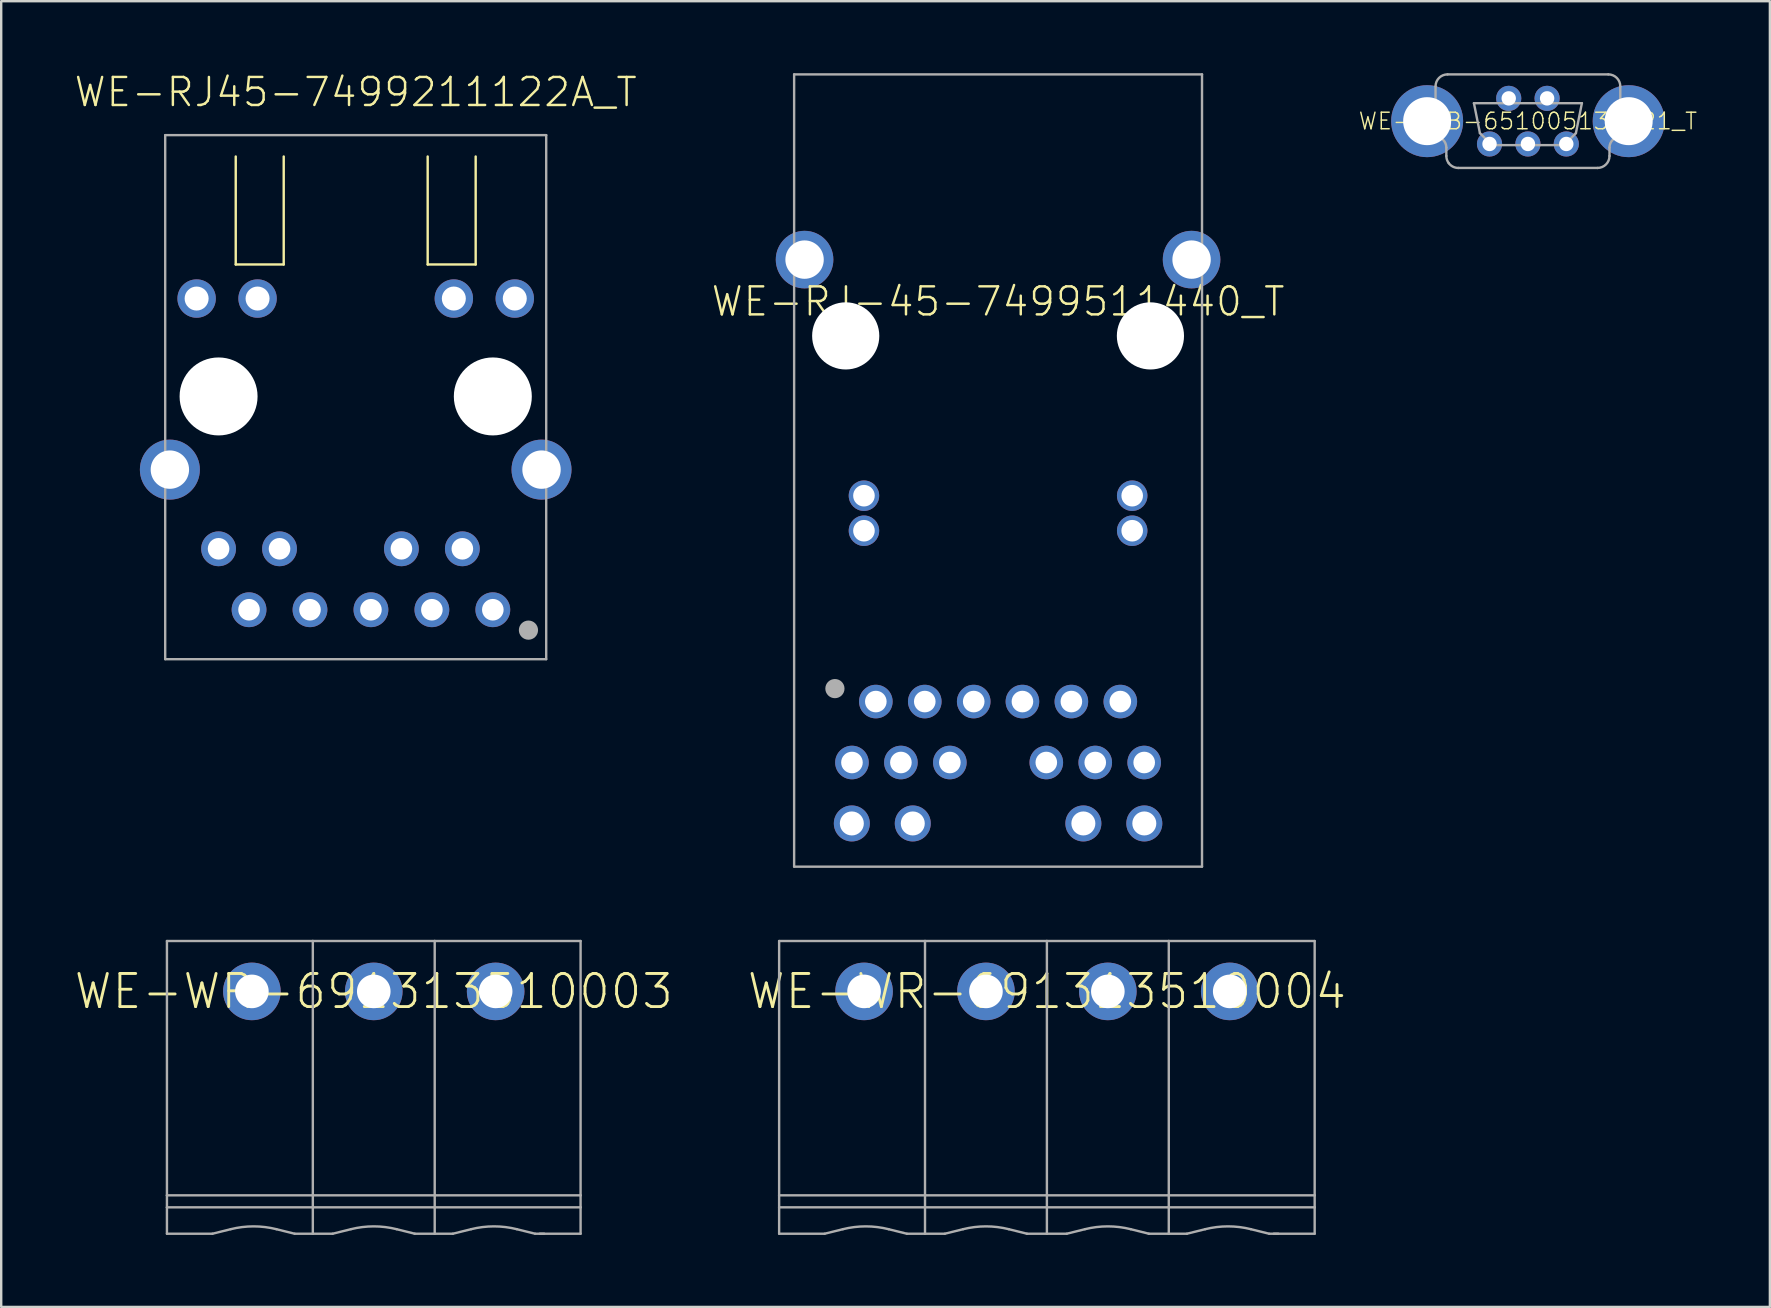
<source format=kicad_pcb>
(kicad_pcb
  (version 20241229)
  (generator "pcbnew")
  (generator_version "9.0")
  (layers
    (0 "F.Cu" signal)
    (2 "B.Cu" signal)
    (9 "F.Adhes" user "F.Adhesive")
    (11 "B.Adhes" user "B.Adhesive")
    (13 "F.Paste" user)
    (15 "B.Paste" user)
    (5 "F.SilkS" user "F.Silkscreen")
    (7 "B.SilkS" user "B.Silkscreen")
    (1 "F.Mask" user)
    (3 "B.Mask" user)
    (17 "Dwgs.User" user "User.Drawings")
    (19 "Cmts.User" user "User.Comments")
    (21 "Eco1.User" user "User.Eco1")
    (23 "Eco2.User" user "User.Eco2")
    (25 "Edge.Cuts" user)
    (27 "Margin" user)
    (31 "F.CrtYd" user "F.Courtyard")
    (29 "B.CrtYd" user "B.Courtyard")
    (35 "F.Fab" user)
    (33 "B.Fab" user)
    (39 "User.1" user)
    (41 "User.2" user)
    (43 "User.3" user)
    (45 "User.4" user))
  (footprint "WE-WR-691313510003"
    (layer "F.Cu")
    (at 12.528 38.27)
    (property "Reference" "WE-WR-691313510003" (at 0 0 0) (unlocked yes) (layer "F.SilkS") (effects (font (size 1.38 1.38) (thickness 0.12))))
    (fp_line (start -8.62 -2.1) (end -8.62 8.5) (stroke (width 0.1) (type solid)) (layer "F.Fab"))
    (fp_line (start -8.62 -2.1) (end -2.54 -2.1) (stroke (width 0.1) (type solid)) (layer "F.Fab"))
    (fp_line (start -8.62 8.5) (end -8.62 9) (stroke (width 0.1) (type solid)) (layer "F.Fab"))
    (fp_line (start -8.62 8.5) (end -2.54 8.5) (stroke (width 0.1) (type solid)) (layer "F.Fab"))
    (fp_line (start -8.62 9) (end -8.62 10.1) (stroke (width 0.1) (type solid)) (layer "F.Fab"))
    (fp_line (start -8.62 9) (end -2.54 9) (stroke (width 0.1) (type solid)) (layer "F.Fab"))
    (fp_line (start -8.62 10.1) (end -6.724 10.1) (stroke (width 0.1) (type solid)) (layer "F.Fab"))
    (fp_line (start -6.724 10.1) (end -5.963 9.911) (stroke (width 0.1) (type solid)) (layer "F.Fab"))
    (fp_line (start -3.296 10.1) (end -4.058 9.911) (stroke (width 0.1) (type solid)) (layer "F.Fab"))
    (fp_line (start -3.296 10.1) (end -2.54 10.1) (stroke (width 0.1) (type solid)) (layer "F.Fab"))
    (fp_line (start -2.54 -2.1) (end 2.54 -2.1) (stroke (width 0.1) (type solid)) (layer "F.Fab"))
    (fp_line (start -2.54 8.5) (end -2.54 -2.1) (stroke (width 0.1) (type solid)) (layer "F.Fab"))
    (fp_line (start -2.54 8.5) (end 2.54 8.5) (stroke (width 0.1) (type solid)) (layer "F.Fab"))
    (fp_line (start -2.54 9) (end -2.54 8.5) (stroke (width 0.1) (type solid)) (layer "F.Fab"))
    (fp_line (start -2.54 9) (end 2.54 9) (stroke (width 0.1) (type solid)) (layer "F.Fab"))
    (fp_line (start -2.54 10.1) (end -2.54 9) (stroke (width 0.1) (type solid)) (layer "F.Fab"))
    (fp_line (start -2.54 10.1) (end -1.714 10.1) (stroke (width 0.1) (type solid)) (layer "F.Fab"))
    (fp_line (start -1.714 10.1) (end -0.953 9.911) (stroke (width 0.1) (type solid)) (layer "F.Fab"))
    (fp_line (start 1.7 10.1) (end 2.54 10.1) (stroke (width 0.1) (type solid)) (layer "F.Fab"))
    (fp_line (start 1.714 10.1) (end 0.953 9.911) (stroke (width 0.1) (type solid)) (layer "F.Fab"))
    (fp_line (start 2.54 -2.1) (end 8.62 -2.1) (stroke (width 0.1) (type solid)) (layer "F.Fab"))
    (fp_line (start 2.54 8.5) (end 2.54 -2.1) (stroke (width 0.1) (type solid)) (layer "F.Fab"))
    (fp_line (start 2.54 8.5) (end 8.62 8.5) (stroke (width 0.1) (type solid)) (layer "F.Fab"))
    (fp_line (start 2.54 9) (end 2.54 8.5) (stroke (width 0.1) (type solid)) (layer "F.Fab"))
    (fp_line (start 2.54 9) (end 8.62 9) (stroke (width 0.1) (type solid)) (layer "F.Fab"))
    (fp_line (start 2.54 10.1) (end 2.54 9) (stroke (width 0.1) (type solid)) (layer "F.Fab"))
    (fp_line (start 3.296 10.1) (end 2.54 10.1) (stroke (width 0.1) (type solid)) (layer "F.Fab"))
    (fp_line (start 3.296 10.1) (end 4.058 9.911) (stroke (width 0.1) (type solid)) (layer "F.Fab"))
    (fp_line (start 6.724 10.1) (end 5.963 9.911) (stroke (width 0.1) (type solid)) (layer "F.Fab"))
    (fp_line (start 6.724 10.1) (end 7.106 10.1) (stroke (width 0.1) (type solid)) (layer "F.Fab"))
    (fp_line (start 6.915 10.1) (end 8.62 10.1) (stroke (width 0.1) (type solid)) (layer "F.Fab"))
    (fp_line (start 8.62 -2.1) (end 8.62 8.5) (stroke (width 0.1) (type solid)) (layer "F.Fab"))
    (fp_line (start 8.62 8.5) (end 8.62 9) (stroke (width 0.1) (type solid)) (layer "F.Fab"))
    (fp_line (start 8.62 9) (end 8.62 10.1) (stroke (width 0.1) (type solid)) (layer "F.Fab"))
    (fp_arc (start -5.9625 9.9105) (mid -5.01 9.793242) (end -4.0575 9.9105) (stroke (width 0.1) (type solid)) (layer "F.Fab"))
    (fp_arc (start -0.9525 9.9105) (mid 0 9.793242) (end 0.9525 9.9105) (stroke (width 0.1) (type solid)) (layer "F.Fab"))
    (fp_arc (start 4.0575 9.9105) (mid 5.01 9.793242) (end 5.9625 9.9105) (stroke (width 0.1) (type solid)) (layer "F.Fab"))
    (pad "1" thru_hole circle (at -5.08 0 90) (size 2.4 2.4) (drill 1.4) (layers "*.Cu" "*.Mask"))
    (pad "2" thru_hole circle (at 0 0 90) (size 2.4 2.4) (drill 1.4) (layers "*.Cu" "*.Mask"))
    (pad "3" thru_hole circle (at 5.08 0 90) (size 2.4 2.4) (drill 1.4) (layers "*.Cu" "*.Mask")))
  (footprint "WE-RJ-45-7499511440_T"
    (layer "F.Cu")
    (at 38.548 10.95)
    (property "Reference" "WE-RJ-45-7499511440_T" (at 0 -0.75 0) (unlocked yes) (layer "F.SilkS") (effects (font (size 1.168 1.168) (thickness 0.102)) (justify bottom)))
    (fp_line (start -8.5 -10.9) (end -8.5 22.12) (stroke (width 0.1) (type solid)) (layer "F.Fab"))
    (fp_line (start -8.5 22.12) (end 8.5 22.12) (stroke (width 0.1) (type solid)) (layer "F.Fab"))
    (fp_line (start 8.5 -10.9) (end -8.5 -10.9) (stroke (width 0.1) (type solid)) (layer "F.Fab"))
    (fp_line (start 8.5 -10.9) (end 8.5 22.12) (stroke (width 0.1) (type solid)) (layer "F.Fab"))
    (fp_circle (center -6.8 14.7) (end -6.6 14.7) (stroke (width 0.4) (type solid)) (fill no) (layer "F.Fab"))
    (pad "" np_thru_hole circle (at -6.35 0) (size 2.8 2.8) (drill 2.8) (layers "*.Cu" "*.Mask"))
    (pad "" np_thru_hole circle (at 6.35 0) (size 2.8 2.8) (drill 2.8) (layers "*.Cu" "*.Mask"))
    (pad "1" thru_hole circle (at -5.095 15.24) (size 1.4 1.4) (drill 0.9) (layers "*.Cu" "*.Mask"))
    (pad "2" thru_hole circle (at -3.055 15.24) (size 1.4 1.4) (drill 0.9) (layers "*.Cu" "*.Mask"))
    (pad "3" thru_hole circle (at -1.015 15.24) (size 1.4 1.4) (drill 0.9) (layers "*.Cu" "*.Mask"))
    (pad "4" thru_hole circle (at 1.015 15.24) (size 1.4 1.4) (drill 0.9) (layers "*.Cu" "*.Mask"))
    (pad "5" thru_hole circle (at 3.055 15.24) (size 1.4 1.4) (drill 0.9) (layers "*.Cu" "*.Mask"))
    (pad "6" thru_hole circle (at 5.095 15.24) (size 1.4 1.4) (drill 0.9) (layers "*.Cu" "*.Mask"))
    (pad "7" thru_hole circle (at -6.09 17.78) (size 1.4 1.4) (drill 0.9) (layers "*.Cu" "*.Mask"))
    (pad "8" thru_hole circle (at -4.05 17.78) (size 1.4 1.4) (drill 0.9) (layers "*.Cu" "*.Mask"))
    (pad "9" thru_hole circle (at -2.01 17.78) (size 1.4 1.4) (drill 0.9) (layers "*.Cu" "*.Mask"))
    (pad "10" thru_hole circle (at 2.01 17.78) (size 1.4 1.4) (drill 0.9) (layers "*.Cu" "*.Mask"))
    (pad "11" thru_hole circle (at 4.05 17.78) (size 1.4 1.4) (drill 0.9) (layers "*.Cu" "*.Mask"))
    (pad "12" thru_hole circle (at 6.09 17.78) (size 1.4 1.4) (drill 0.9) (layers "*.Cu" "*.Mask"))
    (pad "13" thru_hole circle (at -5.59 8.12) (size 1.27 1.27) (drill 0.9) (layers "*.Cu" "*.Mask"))
    (pad "14" thru_hole circle (at 5.59 8.12) (size 1.27 1.27) (drill 0.9) (layers "*.Cu" "*.Mask"))
    (pad "15" thru_hole circle (at -5.59 6.66) (size 1.27 1.27) (drill 0.9) (layers "*.Cu" "*.Mask"))
    (pad "16" thru_hole circle (at 5.59 6.66) (size 1.27 1.27) (drill 0.9) (layers "*.Cu" "*.Mask"))
    (pad "17" thru_hole circle (at -6.095 20.32) (size 1.5 1.5) (drill 1) (layers "*.Cu" "*.Mask"))
    (pad "18" thru_hole circle (at -3.555 20.32) (size 1.5 1.5) (drill 1) (layers "*.Cu" "*.Mask"))
    (pad "19" thru_hole circle (at 3.555 20.32) (size 1.5 1.5) (drill 1) (layers "*.Cu" "*.Mask"))
    (pad "20" thru_hole circle (at 6.095 20.32) (size 1.5 1.5) (drill 1) (layers "*.Cu" "*.Mask"))
    (pad "Z1" thru_hole circle (at -8.065 -3.18) (size 2.4 2.4) (drill 1.6) (layers "*.Cu" "*.Mask"))
    (pad "Z2" thru_hole circle (at 8.065 -3.18) (size 2.4 2.4) (drill 1.6) (layers "*.Cu" "*.Mask")))
  (footprint "WE-RJ45-7499211122A_T"
    (layer "F.Cu")
    (at 11.775 13.473)
    (property "Reference" "WE-RJ45-7499211122A_T" (at 0 -12 0) (unlocked yes) (layer "F.SilkS") (effects (font (size 1.168 1.168) (thickness 0.102)) (justify bottom)))
    (fp_line (start -5 -10) (end -5 -5.5) (stroke (width 0.1) (type solid)) (layer "F.SilkS"))
    (fp_line (start -5 -5.5) (end -3 -5.5) (stroke (width 0.1) (type solid)) (layer "F.SilkS"))
    (fp_line (start -3 -5.5) (end -3 -10) (stroke (width 0.1) (type solid)) (layer "F.SilkS"))
    (fp_line (start 3 -5.5) (end 3 -10) (stroke (width 0.1) (type solid)) (layer "F.SilkS"))
    (fp_line (start 5 -10) (end 5 -5.5) (stroke (width 0.1) (type solid)) (layer "F.SilkS"))
    (fp_line (start 5 -5.5) (end 3 -5.5) (stroke (width 0.1) (type solid)) (layer "F.SilkS"))
    (fp_line (start -7.94 -10.89) (end -7.94 10.95) (stroke (width 0.1) (type solid)) (layer "F.Fab"))
    (fp_line (start -7.94 -10.89) (end 7.94 -10.89) (stroke (width 0.1) (type solid)) (layer "F.Fab"))
    (fp_line (start -7.94 10.95) (end 7.94 10.95) (stroke (width 0.1) (type solid)) (layer "F.Fab"))
    (fp_line (start 7.94 10.95) (end 7.94 -10.89) (stroke (width 0.1) (type solid)) (layer "F.Fab"))
    (fp_circle (center 7.2 9.74) (end 7.4 9.74) (stroke (width 0.4) (type solid)) (fill no) (layer "F.Fab"))
    (pad "" np_thru_hole circle (at -5.715 0) (size 3.25 3.25) (drill 3.25) (layers "*.Cu" "*.Mask"))
    (pad "" np_thru_hole circle (at 5.715 0) (size 3.25 3.25) (drill 3.25) (layers "*.Cu" "*.Mask"))
    (pad "1" thru_hole circle (at 5.715 8.89) (size 1.45 1.45) (drill 0.9) (layers "*.Cu" "*.Mask"))
    (pad "2" thru_hole circle (at 4.445 6.35) (size 1.45 1.45) (drill 0.9) (layers "*.Cu" "*.Mask"))
    (pad "3" thru_hole circle (at 3.175 8.89) (size 1.45 1.45) (drill 0.9) (layers "*.Cu" "*.Mask"))
    (pad "4" thru_hole circle (at 1.905 6.35) (size 1.45 1.45) (drill 0.9) (layers "*.Cu" "*.Mask"))
    (pad "5" thru_hole circle (at 0.635 8.89) (size 1.45 1.45) (drill 0.9) (layers "*.Cu" "*.Mask"))
    (pad "7" thru_hole circle (at -1.905 8.89) (size 1.45 1.45) (drill 0.9) (layers "*.Cu" "*.Mask"))
    (pad "8" thru_hole circle (at -3.175 6.35) (size 1.45 1.45) (drill 0.9) (layers "*.Cu" "*.Mask"))
    (pad "9" thru_hole circle (at -4.445 8.89) (size 1.45 1.45) (drill 0.9) (layers "*.Cu" "*.Mask"))
    (pad "10" thru_hole circle (at -5.715 6.35) (size 1.45 1.45) (drill 0.9) (layers "*.Cu" "*.Mask"))
    (pad "11" thru_hole circle (at 6.63 -4.08) (size 1.6 1.6) (drill 1) (layers "*.Cu" "*.Mask"))
    (pad "12" thru_hole circle (at 4.09 -4.08) (size 1.6 1.6) (drill 1) (layers "*.Cu" "*.Mask"))
    (pad "13" thru_hole circle (at -4.09 -4.08) (size 1.6 1.6) (drill 1) (layers "*.Cu" "*.Mask"))
    (pad "14" thru_hole circle (at -6.63 -4.08) (size 1.6 1.6) (drill 1) (layers "*.Cu" "*.Mask"))
    (pad "Z1" thru_hole circle (at 7.745 3.05) (size 2.5 2.5) (drill 1.6) (layers "*.Cu" "*.Mask"))
    (pad "Z2" thru_hole circle (at -7.745 3.05) (size 2.5 2.5) (drill 1.6) (layers "*.Cu" "*.Mask")))
  (footprint "WE-WR-691313510004"
    (layer "F.Cu")
    (at 40.583 38.27)
    (property "Reference" "WE-WR-691313510004" (at 0 0 0) (unlocked yes) (layer "F.SilkS") (effects (font (size 1.38 1.38) (thickness 0.12))))
    (fp_line (start -11.16 -2.1) (end -11.16 8.5) (stroke (width 0.1) (type solid)) (layer "F.Fab"))
    (fp_line (start -11.16 -2.1) (end -5.08 -2.1) (stroke (width 0.1) (type solid)) (layer "F.Fab"))
    (fp_line (start -11.16 8.5) (end -11.16 9) (stroke (width 0.1) (type solid)) (layer "F.Fab"))
    (fp_line (start -11.16 8.5) (end -5.08 8.5) (stroke (width 0.1) (type solid)) (layer "F.Fab"))
    (fp_line (start -11.16 9) (end -11.16 10.1) (stroke (width 0.1) (type solid)) (layer "F.Fab"))
    (fp_line (start -11.16 9) (end -5.08 9) (stroke (width 0.1) (type solid)) (layer "F.Fab"))
    (fp_line (start -11.16 10.1) (end -9.264 10.1) (stroke (width 0.1) (type solid)) (layer "F.Fab"))
    (fp_line (start -9.264 10.1) (end -8.502 9.911) (stroke (width 0.1) (type solid)) (layer "F.Fab"))
    (fp_line (start -5.835 10.1) (end -6.598 9.911) (stroke (width 0.1) (type solid)) (layer "F.Fab"))
    (fp_line (start -5.835 10.1) (end -5.08 10.1) (stroke (width 0.1) (type solid)) (layer "F.Fab"))
    (fp_line (start -5.08 -2.1) (end 0 -2.1) (stroke (width 0.1) (type solid)) (layer "F.Fab"))
    (fp_line (start -5.08 8.5) (end -5.08 -2.1) (stroke (width 0.1) (type solid)) (layer "F.Fab"))
    (fp_line (start -5.08 8.5) (end 0 8.5) (stroke (width 0.1) (type solid)) (layer "F.Fab"))
    (fp_line (start -5.08 9) (end -5.08 8.5) (stroke (width 0.1) (type solid)) (layer "F.Fab"))
    (fp_line (start -5.08 9) (end 0 9) (stroke (width 0.1) (type solid)) (layer "F.Fab"))
    (fp_line (start -5.08 10.1) (end -5.08 9) (stroke (width 0.1) (type solid)) (layer "F.Fab"))
    (fp_line (start -5.08 10.1) (end -4.255 10.1) (stroke (width 0.1) (type solid)) (layer "F.Fab"))
    (fp_line (start -4.255 10.1) (end -3.493 9.911) (stroke (width 0.1) (type solid)) (layer "F.Fab"))
    (fp_line (start -0.84 10.1) (end 0 10.1) (stroke (width 0.1) (type solid)) (layer "F.Fab"))
    (fp_line (start -0.826 10.1) (end -1.587 9.911) (stroke (width 0.1) (type solid)) (layer "F.Fab"))
    (fp_line (start 0 -2.1) (end 5.08 -2.1) (stroke (width 0.1) (type solid)) (layer "F.Fab"))
    (fp_line (start 0 8.5) (end 0 -2.1) (stroke (width 0.1) (type solid)) (layer "F.Fab"))
    (fp_line (start 0 8.5) (end 5.08 8.5) (stroke (width 0.1) (type solid)) (layer "F.Fab"))
    (fp_line (start 0 9) (end 0 8.5) (stroke (width 0.1) (type solid)) (layer "F.Fab"))
    (fp_line (start 0 9) (end 5.08 9) (stroke (width 0.1) (type solid)) (layer "F.Fab"))
    (fp_line (start 0 10.1) (end 0 9) (stroke (width 0.1) (type solid)) (layer "F.Fab"))
    (fp_line (start 0 10.1) (end 0.826 10.1) (stroke (width 0.1) (type solid)) (layer "F.Fab"))
    (fp_line (start 0.826 10.1) (end 1.587 9.911) (stroke (width 0.1) (type solid)) (layer "F.Fab"))
    (fp_line (start 4.24 10.1) (end 5.08 10.1) (stroke (width 0.1) (type solid)) (layer "F.Fab"))
    (fp_line (start 4.255 10.1) (end 3.493 9.911) (stroke (width 0.1) (type solid)) (layer "F.Fab"))
    (fp_line (start 5.08 -2.1) (end 11.16 -2.1) (stroke (width 0.1) (type solid)) (layer "F.Fab"))
    (fp_line (start 5.08 8.5) (end 5.08 -2.1) (stroke (width 0.1) (type solid)) (layer "F.Fab"))
    (fp_line (start 5.08 8.5) (end 11.16 8.5) (stroke (width 0.1) (type solid)) (layer "F.Fab"))
    (fp_line (start 5.08 9) (end 5.08 8.5) (stroke (width 0.1) (type solid)) (layer "F.Fab"))
    (fp_line (start 5.08 9) (end 11.16 9) (stroke (width 0.1) (type solid)) (layer "F.Fab"))
    (fp_line (start 5.08 10.1) (end 5.08 9) (stroke (width 0.1) (type solid)) (layer "F.Fab"))
    (fp_line (start 5.835 10.1) (end 5.08 10.1) (stroke (width 0.1) (type solid)) (layer "F.Fab"))
    (fp_line (start 5.835 10.1) (end 6.598 9.911) (stroke (width 0.1) (type solid)) (layer "F.Fab"))
    (fp_line (start 9.264 10.1) (end 8.502 9.911) (stroke (width 0.1) (type solid)) (layer "F.Fab"))
    (fp_line (start 9.264 10.1) (end 9.646 10.1) (stroke (width 0.1) (type solid)) (layer "F.Fab"))
    (fp_line (start 9.455 10.1) (end 11.16 10.1) (stroke (width 0.1) (type solid)) (layer "F.Fab"))
    (fp_line (start 11.16 -2.1) (end 11.16 8.5) (stroke (width 0.1) (type solid)) (layer "F.Fab"))
    (fp_line (start 11.16 8.5) (end 11.16 9) (stroke (width 0.1) (type solid)) (layer "F.Fab"))
    (fp_line (start 11.16 9) (end 11.16 10.1) (stroke (width 0.1) (type solid)) (layer "F.Fab"))
    (fp_arc (start -8.5025 9.9105) (mid -7.55 9.793242) (end -6.5975 9.9105) (stroke (width 0.1) (type solid)) (layer "F.Fab"))
    (fp_arc (start -3.4925 9.9105) (mid -2.54 9.793242) (end -1.5875 9.9105) (stroke (width 0.1) (type solid)) (layer "F.Fab"))
    (fp_arc (start 1.5875 9.9105) (mid 2.54 9.793242) (end 3.4925 9.9105) (stroke (width 0.1) (type solid)) (layer "F.Fab"))
    (fp_arc (start 6.5975 9.9105) (mid 7.55 9.793242) (end 8.5025 9.9105) (stroke (width 0.1) (type solid)) (layer "F.Fab"))
    (pad "1" thru_hole circle (at -7.62 0 90) (size 2.4 2.4) (drill 1.4) (layers "*.Cu" "*.Mask"))
    (pad "2" thru_hole circle (at -2.54 0 90) (size 2.4 2.4) (drill 1.4) (layers "*.Cu" "*.Mask"))
    (pad "3" thru_hole circle (at 2.54 0 90) (size 2.4 2.4) (drill 1.4) (layers "*.Cu" "*.Mask"))
    (pad "4" thru_hole circle (at 7.62 0 90) (size 2.4 2.4) (drill 1.4) (layers "*.Cu" "*.Mask")))
  (footprint "WE-USB-651005136421_T"
    (layer "F.Cu")
    (at 60.631 2)
    (property "Reference" "WE-USB-651005136421_T" (at 0 0 0) (unlocked yes) (layer "F.SilkS") (effects (font (size 0.69 0.69) (thickness 0.06))))
    (fp_line (start -4.8 -0.5) (end -4.8 0.5) (stroke (width 0.1) (type solid)) (layer "F.Fab"))
    (fp_line (start -4.8 0.5) (end -3.85 0.65) (stroke (width 0.1) (type solid)) (layer "F.Fab"))
    (fp_line (start -3.85 -1.45) (end -3.85 -0.65) (stroke (width 0.1) (type solid)) (layer "F.Fab"))
    (fp_line (start -3.85 -0.65) (end -4.8 -0.5) (stroke (width 0.1) (type solid)) (layer "F.Fab"))
    (fp_line (start -3.85 -0.65) (end -3.85 0.65) (stroke (width 0.1) (type solid)) (layer "F.Fab"))
    (fp_line (start -3.4 1.1) (end -3.4 1.45) (stroke (width 0.1) (type solid)) (layer "F.Fab"))
    (fp_line (start -2.9 1.95) (end 2.9 1.95) (stroke (width 0.1) (type solid)) (layer "F.Fab"))
    (fp_line (start -2.25 -0.75) (end -2 0.5) (stroke (width 0.1) (type solid)) (layer "F.Fab"))
    (fp_line (start -2.25 -0.75) (end 2.25 -0.75) (stroke (width 0.1) (type solid)) (layer "F.Fab"))
    (fp_line (start -2 0.5) (end -1.5 1) (stroke (width 0.1) (type solid)) (layer "F.Fab"))
    (fp_line (start -1.5 1) (end 1.5 1) (stroke (width 0.1) (type solid)) (layer "F.Fab"))
    (fp_line (start 2 0.5) (end 1.5 1) (stroke (width 0.1) (type solid)) (layer "F.Fab"))
    (fp_line (start 2.25 -0.75) (end 2 0.5) (stroke (width 0.1) (type solid)) (layer "F.Fab"))
    (fp_line (start 3.35 -1.95) (end -3.35 -1.95) (stroke (width 0.1) (type solid)) (layer "F.Fab"))
    (fp_line (start 3.4 1.1) (end 3.4 1.45) (stroke (width 0.1) (type solid)) (layer "F.Fab"))
    (fp_line (start 3.85 -1.45) (end 3.85 -0.65) (stroke (width 0.1) (type solid)) (layer "F.Fab"))
    (fp_line (start 3.85 -0.65) (end 3.85 0.65) (stroke (width 0.1) (type solid)) (layer "F.Fab"))
    (fp_line (start 3.85 0.65) (end 4.8 0.5) (stroke (width 0.1) (type solid)) (layer "F.Fab"))
    (fp_line (start 4.8 -0.5) (end 3.85 -0.65) (stroke (width 0.1) (type solid)) (layer "F.Fab"))
    (fp_line (start 4.8 0.5) (end 4.8 -0.5) (stroke (width 0.1) (type solid)) (layer "F.Fab"))
    (fp_arc (start -3.85 -1.45) (mid -3.703553 -1.803553) (end -3.35 -1.95) (stroke (width 0.1) (type solid)) (layer "F.Fab"))
    (fp_arc (start -3.85 0.65) (mid -3.531802 0.781802) (end -3.4 1.1) (stroke (width 0.1) (type solid)) (layer "F.Fab"))
    (fp_arc (start -3.3 1.75) (mid -3.374342 1.608114) (end -3.4 1.45) (stroke (width 0.1) (type solid)) (layer "F.Fab"))
    (fp_arc (start -2.9 1.95) (mid -3.123607 1.897213) (end -3.3 1.749999) (stroke (width 0.1) (type solid)) (layer "F.Fab"))
    (fp_arc (start 3.35 -1.95) (mid 3.703553 -1.803553) (end 3.85 -1.45) (stroke (width 0.1) (type solid)) (layer "F.Fab"))
    (fp_arc (start 3.4 1.1) (mid 3.531802 0.781802) (end 3.85 0.65) (stroke (width 0.1) (type solid)) (layer "F.Fab"))
    (fp_arc (start 3.4 1.45) (mid 3.253553 1.803553) (end 2.9 1.95) (stroke (width 0.1) (type solid)) (layer "F.Fab"))
    (pad "1" thru_hole circle (at -1.6 0.95) (size 1.05 1.05) (drill 0.6) (layers "*.Cu" "*.Mask"))
    (pad "2" thru_hole circle (at -0.8 -0.95) (size 1.05 1.05) (drill 0.6) (layers "*.Cu" "*.Mask"))
    (pad "3" thru_hole circle (at 0 0.95) (size 1.05 1.05) (drill 0.6) (layers "*.Cu" "*.Mask"))
    (pad "4" thru_hole circle (at 0.8 -0.95) (size 1.05 1.05) (drill 0.6) (layers "*.Cu" "*.Mask"))
    (pad "5" thru_hole circle (at 1.6 0.95) (size 1.05 1.05) (drill 0.6) (layers "*.Cu" "*.Mask"))
    (pad "S1" thru_hole circle (at -4.2 0) (size 3 3) (drill 2) (layers "*.Cu" "*.Mask"))
    (pad "S2" thru_hole circle (at 4.2 0) (size 3 3) (drill 2) (layers "*.Cu" "*.Mask")))
  (gr_rect
    (start -3 -3)
    (end 70.716 51.42)
    (stroke (width 0.1) (type default))
    (fill no)
    (layer "Edge.Cuts")))
</source>
